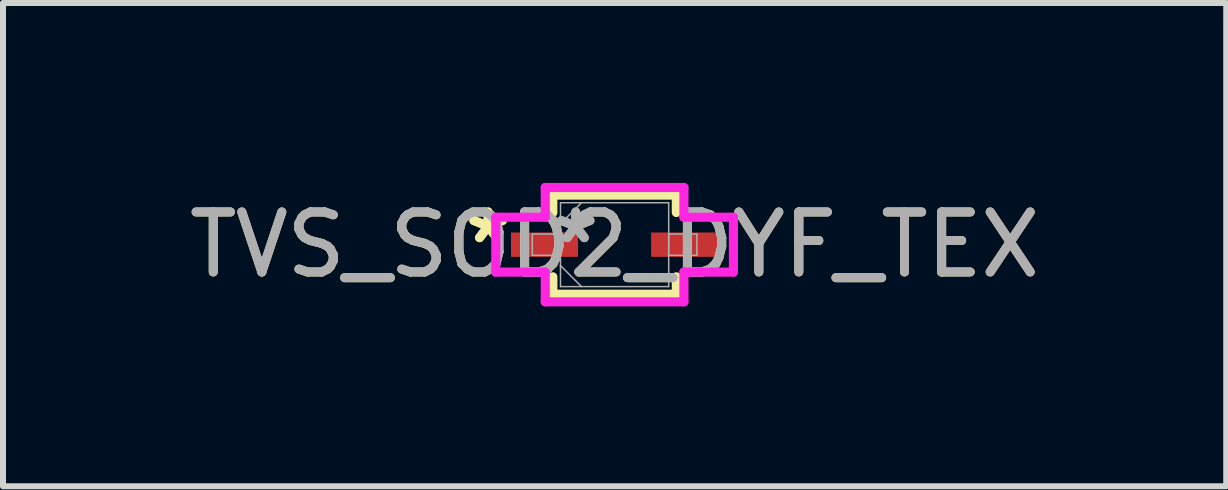
<source format=kicad_pcb>
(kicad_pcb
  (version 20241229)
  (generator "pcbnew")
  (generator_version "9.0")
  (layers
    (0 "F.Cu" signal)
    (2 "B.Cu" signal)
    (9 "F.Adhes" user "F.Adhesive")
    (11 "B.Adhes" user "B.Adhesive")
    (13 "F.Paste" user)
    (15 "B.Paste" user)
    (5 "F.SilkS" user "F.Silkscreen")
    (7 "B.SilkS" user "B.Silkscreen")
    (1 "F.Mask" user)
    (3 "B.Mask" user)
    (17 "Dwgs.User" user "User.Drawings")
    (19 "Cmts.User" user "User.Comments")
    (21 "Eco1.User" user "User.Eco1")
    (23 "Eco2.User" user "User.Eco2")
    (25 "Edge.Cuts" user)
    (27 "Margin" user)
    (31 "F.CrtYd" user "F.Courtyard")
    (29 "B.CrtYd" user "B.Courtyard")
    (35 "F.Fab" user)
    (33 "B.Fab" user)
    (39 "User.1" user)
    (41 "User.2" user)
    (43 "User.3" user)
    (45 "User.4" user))
  (footprint "TVS_SOD2_DYF_TEX"
    (layer "F.Cu")
    (at 7.196 1.029)
    (property "Reference" "TVS_SOD2_DYF_TEX" (at 0 0 0) (unlocked yes) (layer "F.SilkS") (effects (font (size 1 1) (thickness 0.15))))
    (attr smd)
    (fp_line (start -1.029 -0.826) (end -1.029 -0.536) (stroke (width 0.152) (type solid)) (layer "F.SilkS"))
    (fp_line (start -1.029 0.536) (end -1.029 0.826) (stroke (width 0.152) (type solid)) (layer "F.SilkS"))
    (fp_line (start -1.029 0.826) (end 1.029 0.826) (stroke (width 0.152) (type solid)) (layer "F.SilkS"))
    (fp_line (start 1.029 -0.826) (end -1.029 -0.826) (stroke (width 0.152) (type solid)) (layer "F.SilkS"))
    (fp_line (start 1.029 -0.536) (end 1.029 -0.826) (stroke (width 0.152) (type solid)) (layer "F.SilkS"))
    (fp_line (start 1.029 0.826) (end 1.029 0.536) (stroke (width 0.152) (type solid)) (layer "F.SilkS"))
    (fp_line (start -1.981 -0.457) (end -1.156 -0.457) (stroke (width 0.152) (type solid)) (layer "F.CrtYd"))
    (fp_line (start -1.981 0.457) (end -1.981 -0.457) (stroke (width 0.152) (type solid)) (layer "F.CrtYd"))
    (fp_line (start -1.156 -0.953) (end 1.156 -0.953) (stroke (width 0.152) (type solid)) (layer "F.CrtYd"))
    (fp_line (start -1.156 -0.457) (end -1.156 -0.953) (stroke (width 0.152) (type solid)) (layer "F.CrtYd"))
    (fp_line (start -1.156 0.457) (end -1.981 0.457) (stroke (width 0.152) (type solid)) (layer "F.CrtYd"))
    (fp_line (start -1.156 0.953) (end -1.156 0.457) (stroke (width 0.152) (type solid)) (layer "F.CrtYd"))
    (fp_line (start 1.156 -0.953) (end 1.156 -0.457) (stroke (width 0.152) (type solid)) (layer "F.CrtYd"))
    (fp_line (start 1.156 -0.457) (end 1.981 -0.457) (stroke (width 0.152) (type solid)) (layer "F.CrtYd"))
    (fp_line (start 1.156 0.457) (end 1.156 0.953) (stroke (width 0.152) (type solid)) (layer "F.CrtYd"))
    (fp_line (start 1.156 0.953) (end -1.156 0.953) (stroke (width 0.152) (type solid)) (layer "F.CrtYd"))
    (fp_line (start 1.981 -0.457) (end 1.981 0.457) (stroke (width 0.152) (type solid)) (layer "F.CrtYd"))
    (fp_line (start 1.981 0.457) (end 1.156 0.457) (stroke (width 0.152) (type solid)) (layer "F.CrtYd"))
    (fp_line (start -1.372 -0.178) (end -1.372 0.178) (stroke (width 0.025) (type solid)) (layer "F.Fab"))
    (fp_line (start -1.372 0.178) (end -0.902 0.178) (stroke (width 0.025) (type solid)) (layer "F.Fab"))
    (fp_line (start -0.902 -0.699) (end -0.902 0.699) (stroke (width 0.025) (type solid)) (layer "F.Fab"))
    (fp_line (start -0.902 -0.349) (end -0.552 -0.699) (stroke (width 0.025) (type solid)) (layer "F.Fab"))
    (fp_line (start -0.902 -0.178) (end -1.372 -0.178) (stroke (width 0.025) (type solid)) (layer "F.Fab"))
    (fp_line (start -0.902 0.178) (end -0.902 -0.178) (stroke (width 0.025) (type solid)) (layer "F.Fab"))
    (fp_line (start -0.902 0.349) (end -0.552 0.699) (stroke (width 0.025) (type solid)) (layer "F.Fab"))
    (fp_line (start -0.902 0.699) (end 0.902 0.699) (stroke (width 0.025) (type solid)) (layer "F.Fab"))
    (fp_line (start 0.902 -0.699) (end -0.902 -0.699) (stroke (width 0.025) (type solid)) (layer "F.Fab"))
    (fp_line (start 0.902 -0.178) (end 0.902 0.178) (stroke (width 0.025) (type solid)) (layer "F.Fab"))
    (fp_line (start 0.902 0.178) (end 1.372 0.178) (stroke (width 0.025) (type solid)) (layer "F.Fab"))
    (fp_line (start 0.902 0.699) (end 0.902 -0.699) (stroke (width 0.025) (type solid)) (layer "F.Fab"))
    (fp_line (start 1.372 -0.178) (end 0.902 -0.178) (stroke (width 0.025) (type solid)) (layer "F.Fab"))
    (fp_line (start 1.372 0.178) (end 1.372 -0.178) (stroke (width 0.025) (type solid)) (layer "F.Fab"))
    (fp_text user "*" (at -2.108 0 0) (unlocked yes) (layer "F.SilkS") (effects (font (size 1 1) (thickness 0.15))))
    (fp_text user "*" (at -2.108 0 0) (layer "F.SilkS") (effects (font (size 1 1) (thickness 0.15))))
    (fp_text user "*" (at -0.648 0 0) (layer "F.Fab") (effects (font (size 1 1) (thickness 0.15))))
    (fp_text user "${REFERENCE}" (at 0 0 0) (unlocked yes) (layer "F.Fab") (effects (font (size 1 1) (thickness 0.15))))
    (fp_text user "*" (at -0.648 0 0) (unlocked yes) (layer "F.Fab") (effects (font (size 1 1) (thickness 0.15))))
    (pad "1" smd rect (at -1.168 0) (size 1.118 0.406) (layers "F.Cu" "F.Mask" "F.Paste"))
    (pad "2" smd rect (at 1.168 0) (size 1.118 0.406) (layers "F.Cu" "F.Mask" "F.Paste")))
  (gr_rect
    (start -3 -3)
    (end 17.393 5.057)
    (stroke (width 0.1) (type default))
    (fill no)
    (layer "Edge.Cuts")))
</source>
